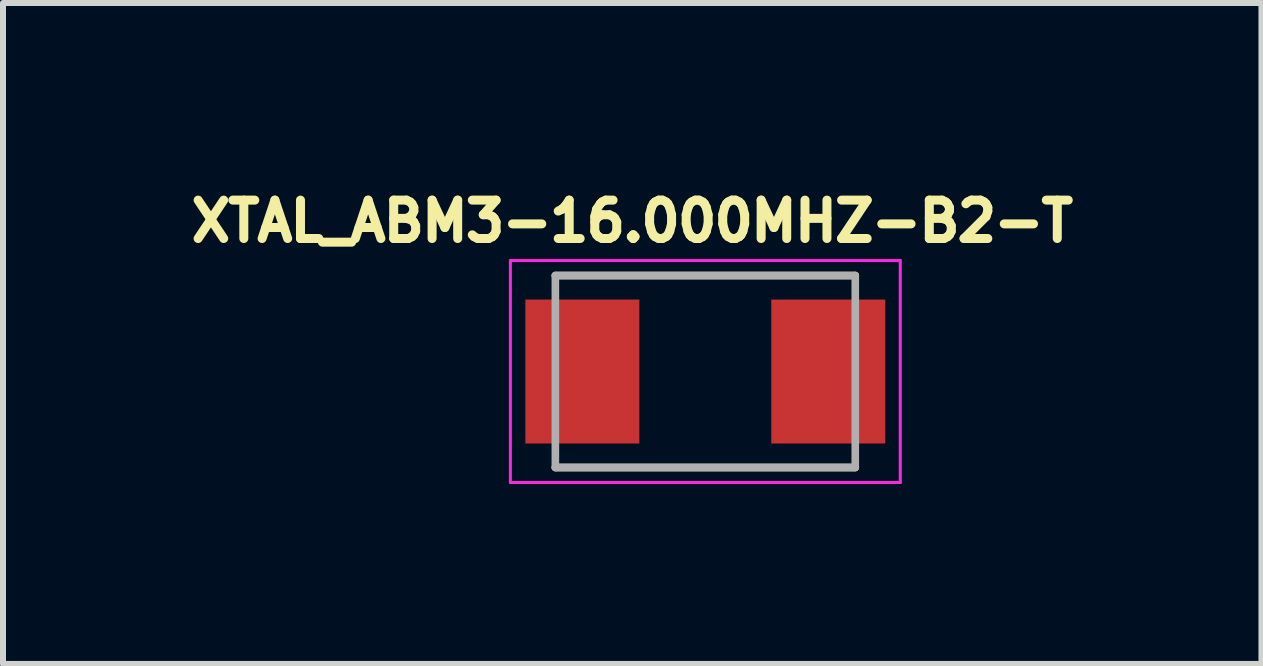
<source format=kicad_pcb>
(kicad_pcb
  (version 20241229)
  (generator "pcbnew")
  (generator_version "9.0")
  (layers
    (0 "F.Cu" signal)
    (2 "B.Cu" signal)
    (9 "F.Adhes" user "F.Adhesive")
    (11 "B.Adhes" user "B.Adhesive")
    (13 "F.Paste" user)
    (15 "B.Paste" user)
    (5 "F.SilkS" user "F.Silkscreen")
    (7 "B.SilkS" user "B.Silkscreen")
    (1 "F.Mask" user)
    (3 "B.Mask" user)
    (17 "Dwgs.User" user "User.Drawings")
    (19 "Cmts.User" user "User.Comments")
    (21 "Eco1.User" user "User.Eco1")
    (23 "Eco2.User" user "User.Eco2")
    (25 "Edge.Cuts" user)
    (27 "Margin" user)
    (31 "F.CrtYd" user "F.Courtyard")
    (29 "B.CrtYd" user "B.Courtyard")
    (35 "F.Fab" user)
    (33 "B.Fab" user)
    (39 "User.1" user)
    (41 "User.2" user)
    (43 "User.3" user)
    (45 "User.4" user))
  (footprint "XTAL_ABM3-16.000MHZ-B2-T"
    (layer "F.Cu")
    (at 8.709 3.144)
    (property "Reference" "XTAL_ABM3-16.000MHZ-B2-T" (at -1.218 -2.506 0) (layer "F.SilkS") (effects (font (size 0.64 0.64) (thickness 0.15))))
    (attr smd)
    (fp_line (start -2.5 -1.6) (end 2.5 -1.6) (stroke (width 0.127) (type solid)) (layer "F.SilkS"))
    (fp_line (start -2.5 1.6) (end 2.5 1.6) (stroke (width 0.127) (type solid)) (layer "F.SilkS"))
    (fp_line (start -3.25 -1.85) (end -3.25 1.85) (stroke (width 0.05) (type solid)) (layer "F.CrtYd"))
    (fp_line (start -3.25 1.85) (end 3.25 1.85) (stroke (width 0.05) (type solid)) (layer "F.CrtYd"))
    (fp_line (start 3.25 -1.85) (end -3.25 -1.85) (stroke (width 0.05) (type solid)) (layer "F.CrtYd"))
    (fp_line (start 3.25 1.85) (end 3.25 -1.85) (stroke (width 0.05) (type solid)) (layer "F.CrtYd"))
    (fp_line (start -2.5 -1.6) (end -2.5 1.6) (stroke (width 0.127) (type solid)) (layer "F.Fab"))
    (fp_line (start -2.5 -1.6) (end 2.5 -1.6) (stroke (width 0.127) (type solid)) (layer "F.Fab"))
    (fp_line (start -2.5 1.6) (end 2.5 1.6) (stroke (width 0.127) (type solid)) (layer "F.Fab"))
    (fp_line (start 2.5 -1.6) (end 2.5 1.6) (stroke (width 0.127) (type solid)) (layer "F.Fab"))
    (pad "1" smd rect (at -2.05 0) (size 1.9 2.4) (layers "F.Cu" "F.Mask" "F.Paste"))
    (pad "2" smd rect (at 2.05 0) (size 1.9 2.4) (layers "F.Cu" "F.Mask" "F.Paste")))
  (gr_rect
    (start -3 -3)
    (end 17.981 8.019)
    (stroke (width 0.1) (type default))
    (fill no)
    (layer "Edge.Cuts")))
</source>
